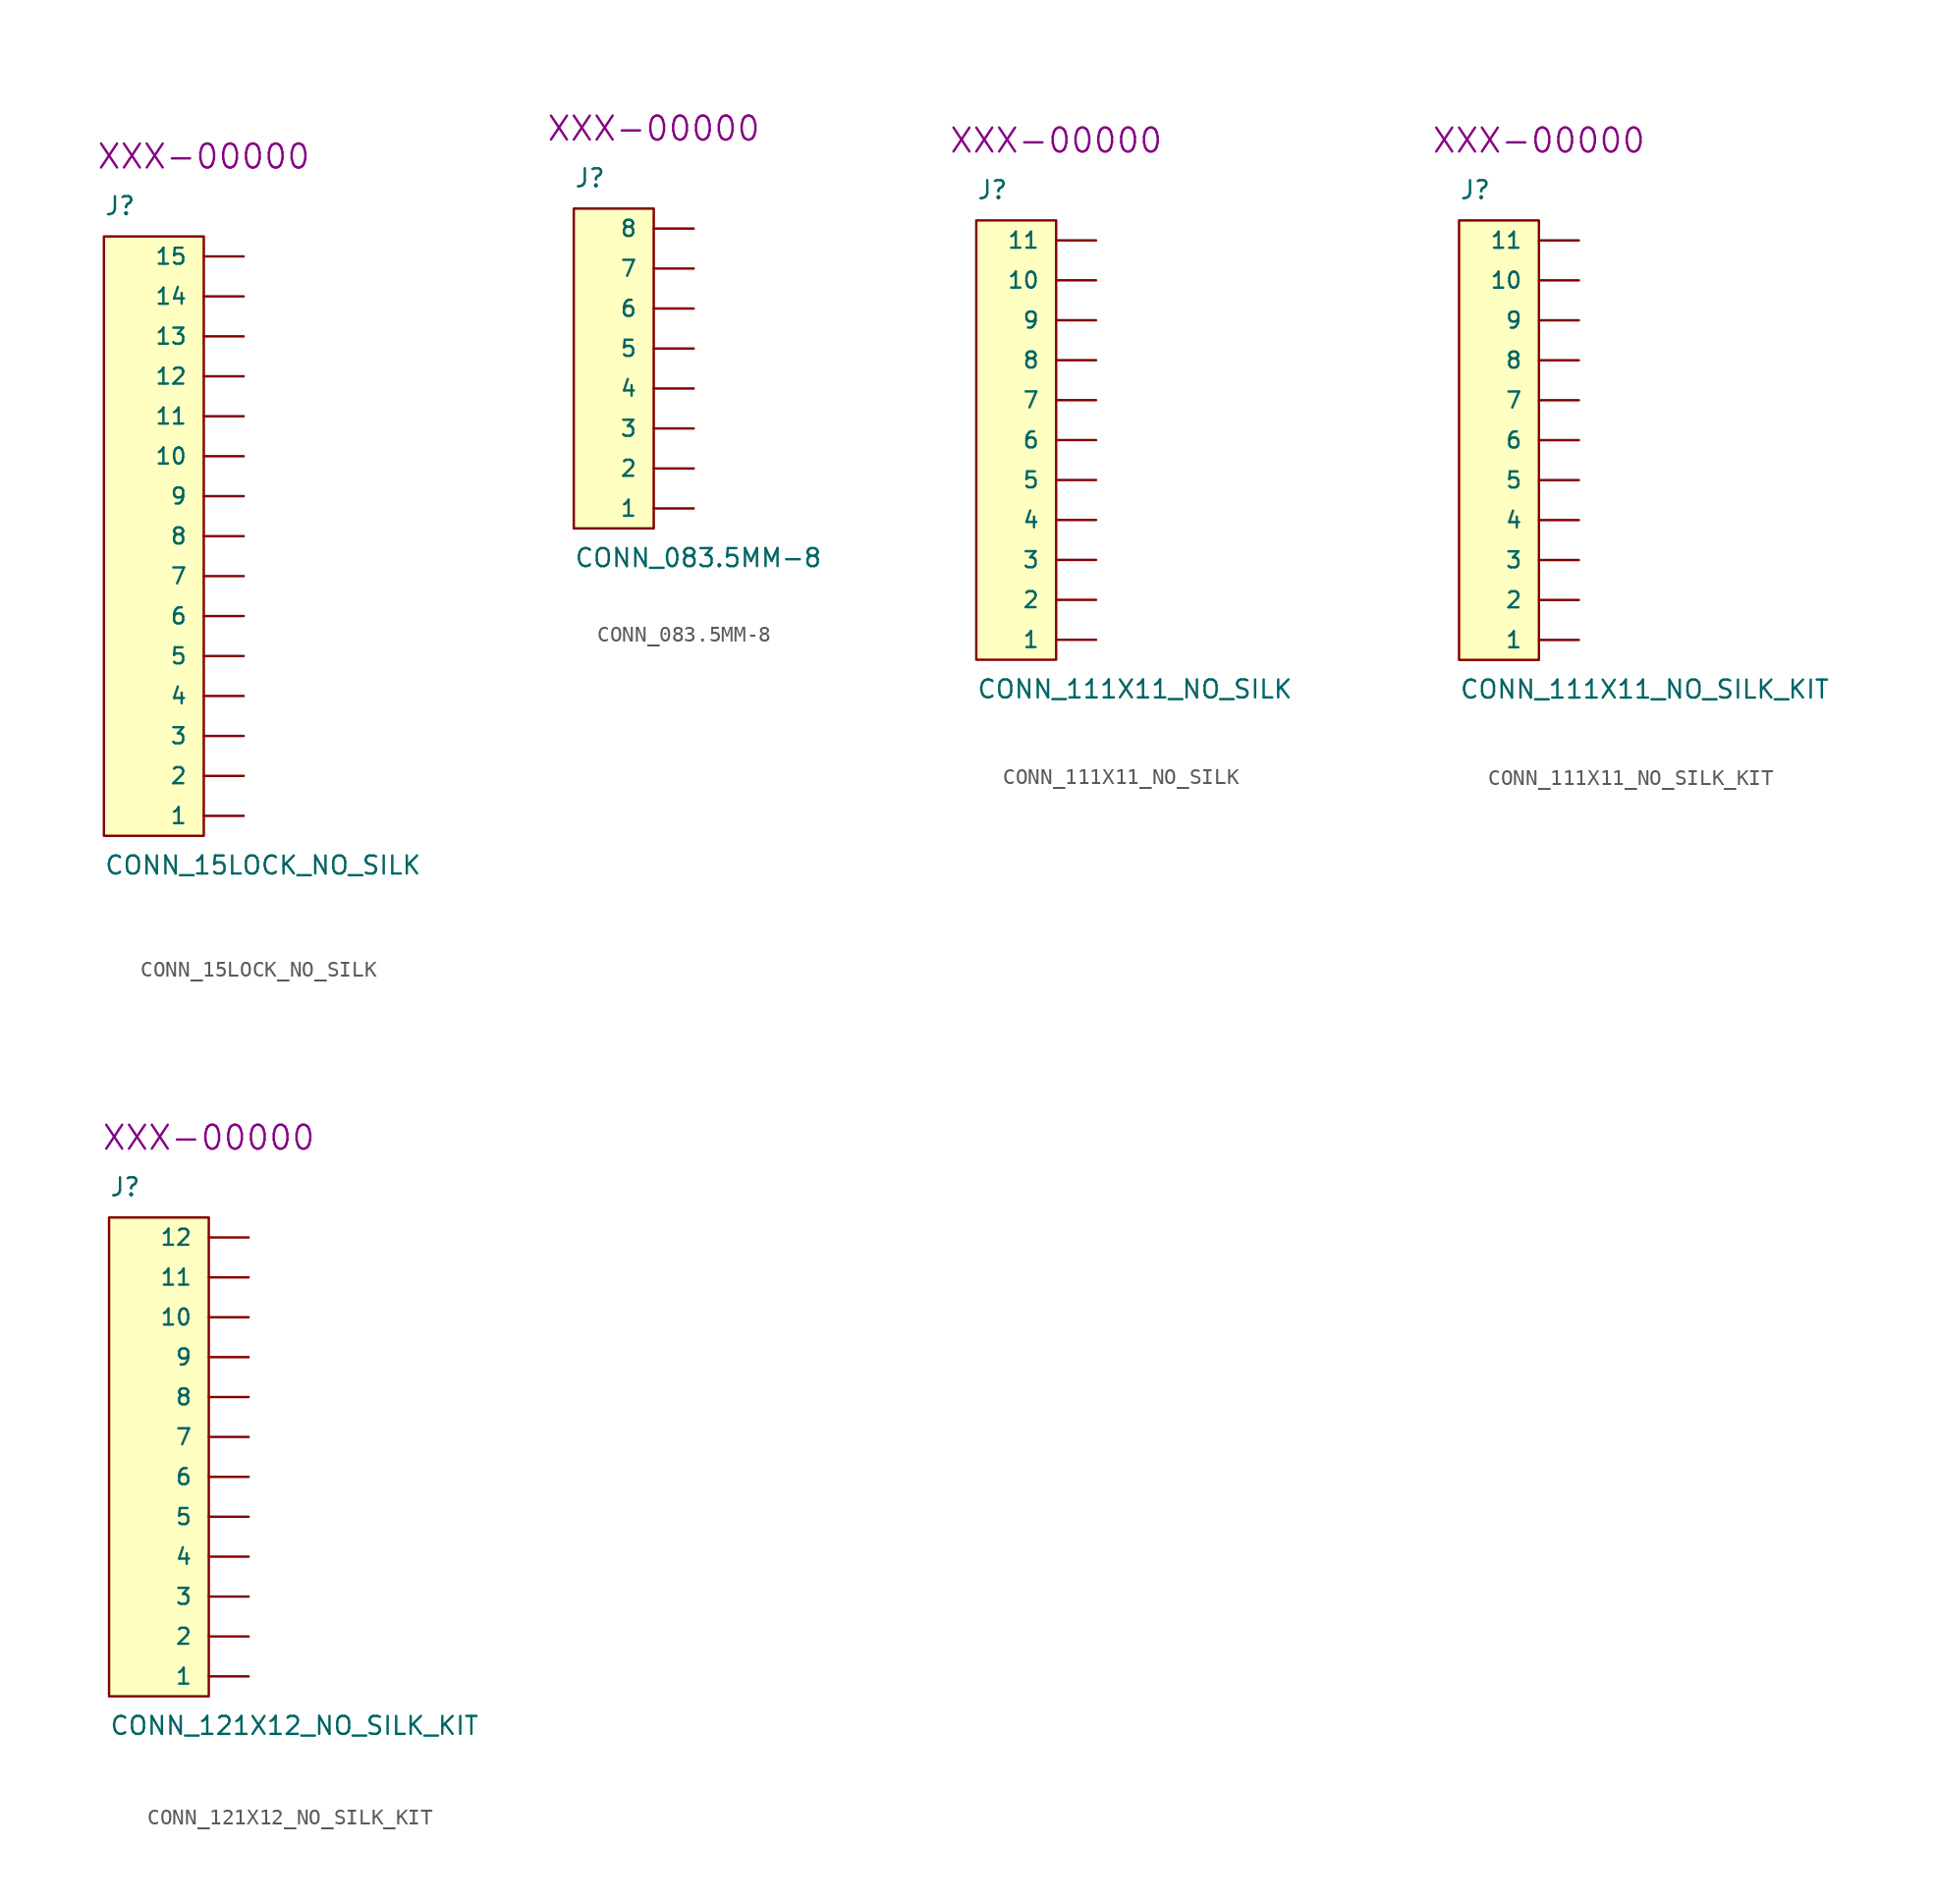
<source format=kicad_sym>
(kicad_symbol_lib
  (version 20220914)
  (generator kicad_symbol_editor)
  (symbol "CONN_15LOCK_NO_SILK"
    (pin_numbers hide)
    (pin_names
      (offset 1.016))
    (property "Reference" "J"
      (at -6.35 38.1 0)
      (effects (font (size 1.143 1.143)) (justify left bottom)))
    (property "Value" "CONN_15LOCK_NO_SILK"
      (at -6.35 -3.81 0)
      (effects (font (size 1.143 1.143)) (justify left bottom)))
    (property "Field4" "XXX-00000"
      (at 0 41.91 0)
      (effects (font (size 1.524 1.524))))
    (property "ki_locked" ""
      (at 0 0 0)
      (effects (font (size 1.27 1.27))))
    (symbol "CONN_15LOCK_NO_SILK_0_1"
      (rectangle (start 0 -1.27) (end -6.35 36.83) (stroke (width 0) (type solid)) (fill (type background))))
    (symbol "CONN_15LOCK_NO_SILK_1_1"
      (pin passive line (at 2.54 0 180) (length 2.54) (name "1" (effects (font (size 1.016 1.016)))) (number "1" (effects (font (size 1.016 1.016)))))
      (pin passive line (at 2.54 22.86 180) (length 2.54) (name "10" (effects (font (size 1.016 1.016)))) (number "10" (effects (font (size 1.016 1.016)))))
      (pin passive line (at 2.54 25.4 180) (length 2.54) (name "11" (effects (font (size 1.016 1.016)))) (number "11" (effects (font (size 1.016 1.016)))))
      (pin passive line (at 2.54 27.94 180) (length 2.54) (name "12" (effects (font (size 1.016 1.016)))) (number "12" (effects (font (size 1.016 1.016)))))
      (pin passive line (at 2.54 30.48 180) (length 2.54) (name "13" (effects (font (size 1.016 1.016)))) (number "13" (effects (font (size 1.016 1.016)))))
      (pin passive line (at 2.54 33.02 180) (length 2.54) (name "14" (effects (font (size 1.016 1.016)))) (number "14" (effects (font (size 1.016 1.016)))))
      (pin passive line (at 2.54 35.56 180) (length 2.54) (name "15" (effects (font (size 1.016 1.016)))) (number "15" (effects (font (size 1.016 1.016)))))
      (pin passive line (at 2.54 2.54 180) (length 2.54) (name "2" (effects (font (size 1.016 1.016)))) (number "2" (effects (font (size 1.016 1.016)))))
      (pin passive line (at 2.54 5.08 180) (length 2.54) (name "3" (effects (font (size 1.016 1.016)))) (number "3" (effects (font (size 1.016 1.016)))))
      (pin passive line (at 2.54 7.62 180) (length 2.54) (name "4" (effects (font (size 1.016 1.016)))) (number "4" (effects (font (size 1.016 1.016)))))
      (pin passive line (at 2.54 10.16 180) (length 2.54) (name "5" (effects (font (size 1.016 1.016)))) (number "5" (effects (font (size 1.016 1.016)))))
      (pin passive line (at 2.54 12.7 180) (length 2.54) (name "6" (effects (font (size 1.016 1.016)))) (number "6" (effects (font (size 1.016 1.016)))))
      (pin passive line (at 2.54 15.24 180) (length 2.54) (name "7" (effects (font (size 1.016 1.016)))) (number "7" (effects (font (size 1.016 1.016)))))
      (pin passive line (at 2.54 17.78 180) (length 2.54) (name "8" (effects (font (size 1.016 1.016)))) (number "8" (effects (font (size 1.016 1.016)))))
      (pin passive line (at 2.54 20.32 180) (length 2.54) (name "9" (effects (font (size 1.016 1.016)))) (number "9" (effects (font (size 1.016 1.016)))))))
  (symbol "CONN_083.5MM-8"
    (pin_numbers hide)
    (pin_names
      (offset 1.016))
    (property "Reference" "J"
      (at -5.08 20.32 0)
      (effects (font (size 1.143 1.143)) (justify left bottom)))
    (property "Value" "CONN_083.5MM-8"
      (at -5.08 -3.81 0)
      (effects (font (size 1.143 1.143)) (justify left bottom)))
    (property "Field4" "XXX-00000"
      (at 0 24.13 0)
      (effects (font (size 1.524 1.524))))
    (property "ki_locked" ""
      (at 0 0 0)
      (effects (font (size 1.27 1.27))))
    (symbol "CONN_083.5MM-8_0_1"
      (rectangle (start 0 -1.27) (end -5.08 19.05) (stroke (width 0) (type solid)) (fill (type background))))
    (symbol "CONN_083.5MM-8_1_1"
      (pin passive line (at 2.54 0 180) (length 2.54) (name "1" (effects (font (size 1.016 1.016)))) (number "1" (effects (font (size 1.016 1.016)))))
      (pin passive line (at 2.54 2.54 180) (length 2.54) (name "2" (effects (font (size 1.016 1.016)))) (number "2" (effects (font (size 1.016 1.016)))))
      (pin passive line (at 2.54 5.08 180) (length 2.54) (name "3" (effects (font (size 1.016 1.016)))) (number "3" (effects (font (size 1.016 1.016)))))
      (pin passive line (at 2.54 7.62 180) (length 2.54) (name "4" (effects (font (size 1.016 1.016)))) (number "4" (effects (font (size 1.016 1.016)))))
      (pin passive line (at 2.54 10.16 180) (length 2.54) (name "5" (effects (font (size 1.016 1.016)))) (number "5" (effects (font (size 1.016 1.016)))))
      (pin passive line (at 2.54 12.7 180) (length 2.54) (name "6" (effects (font (size 1.016 1.016)))) (number "6" (effects (font (size 1.016 1.016)))))
      (pin passive line (at 2.54 15.24 180) (length 2.54) (name "7" (effects (font (size 1.016 1.016)))) (number "7" (effects (font (size 1.016 1.016)))))
      (pin passive line (at 2.54 17.78 180) (length 2.54) (name "8" (effects (font (size 1.016 1.016)))) (number "8" (effects (font (size 1.016 1.016)))))))
  (symbol "CONN_111X11_NO_SILK"
    (pin_numbers hide)
    (pin_names
      (offset 1.016))
    (property "Reference" "J"
      (at -5.08 27.94 0)
      (effects (font (size 1.143 1.143)) (justify left bottom)))
    (property "Value" "CONN_111X11_NO_SILK"
      (at -5.08 -3.81 0)
      (effects (font (size 1.143 1.143)) (justify left bottom)))
    (property "Field4" "XXX-00000"
      (at 0 31.75 0)
      (effects (font (size 1.524 1.524))))
    (property "ki_locked" ""
      (at 0 0 0)
      (effects (font (size 1.27 1.27))))
    (symbol "CONN_111X11_NO_SILK_0_1"
      (rectangle (start 0 -1.27) (end -5.08 26.67) (stroke (width 0) (type solid)) (fill (type background))))
    (symbol "CONN_111X11_NO_SILK_1_1"
      (pin passive line (at 2.54 0 180) (length 2.54) (name "1" (effects (font (size 1.016 1.016)))) (number "1" (effects (font (size 1.016 1.016)))))
      (pin passive line (at 2.54 22.86 180) (length 2.54) (name "10" (effects (font (size 1.016 1.016)))) (number "10" (effects (font (size 1.016 1.016)))))
      (pin passive line (at 2.54 25.4 180) (length 2.54) (name "11" (effects (font (size 1.016 1.016)))) (number "11" (effects (font (size 1.016 1.016)))))
      (pin passive line (at 2.54 2.54 180) (length 2.54) (name "2" (effects (font (size 1.016 1.016)))) (number "2" (effects (font (size 1.016 1.016)))))
      (pin passive line (at 2.54 5.08 180) (length 2.54) (name "3" (effects (font (size 1.016 1.016)))) (number "3" (effects (font (size 1.016 1.016)))))
      (pin passive line (at 2.54 7.62 180) (length 2.54) (name "4" (effects (font (size 1.016 1.016)))) (number "4" (effects (font (size 1.016 1.016)))))
      (pin passive line (at 2.54 10.16 180) (length 2.54) (name "5" (effects (font (size 1.016 1.016)))) (number "5" (effects (font (size 1.016 1.016)))))
      (pin passive line (at 2.54 12.7 180) (length 2.54) (name "6" (effects (font (size 1.016 1.016)))) (number "6" (effects (font (size 1.016 1.016)))))
      (pin passive line (at 2.54 15.24 180) (length 2.54) (name "7" (effects (font (size 1.016 1.016)))) (number "7" (effects (font (size 1.016 1.016)))))
      (pin passive line (at 2.54 17.78 180) (length 2.54) (name "8" (effects (font (size 1.016 1.016)))) (number "8" (effects (font (size 1.016 1.016)))))
      (pin passive line (at 2.54 20.32 180) (length 2.54) (name "9" (effects (font (size 1.016 1.016)))) (number "9" (effects (font (size 1.016 1.016)))))))
  (symbol "CONN_111X11_NO_SILK_KIT"
    (pin_numbers hide)
    (pin_names
      (offset 1.016))
    (property "Reference" "J"
      (at -5.08 27.94 0)
      (effects (font (size 1.143 1.143)) (justify left bottom)))
    (property "Value" "CONN_111X11_NO_SILK_KIT"
      (at -5.08 -3.81 0)
      (effects (font (size 1.143 1.143)) (justify left bottom)))
    (property "Field4" "XXX-00000"
      (at 0 31.75 0)
      (effects (font (size 1.524 1.524))))
    (property "ki_locked" ""
      (at 0 0 0)
      (effects (font (size 1.27 1.27))))
    (symbol "CONN_111X11_NO_SILK_KIT_0_1"
      (rectangle (start 0 -1.27) (end -5.08 26.67) (stroke (width 0) (type solid)) (fill (type background))))
    (symbol "CONN_111X11_NO_SILK_KIT_1_1"
      (pin passive line (at 2.54 0 180) (length 2.54) (name "1" (effects (font (size 1.016 1.016)))) (number "1" (effects (font (size 1.016 1.016)))))
      (pin passive line (at 2.54 22.86 180) (length 2.54) (name "10" (effects (font (size 1.016 1.016)))) (number "10" (effects (font (size 1.016 1.016)))))
      (pin passive line (at 2.54 25.4 180) (length 2.54) (name "11" (effects (font (size 1.016 1.016)))) (number "11" (effects (font (size 1.016 1.016)))))
      (pin passive line (at 2.54 2.54 180) (length 2.54) (name "2" (effects (font (size 1.016 1.016)))) (number "2" (effects (font (size 1.016 1.016)))))
      (pin passive line (at 2.54 5.08 180) (length 2.54) (name "3" (effects (font (size 1.016 1.016)))) (number "3" (effects (font (size 1.016 1.016)))))
      (pin passive line (at 2.54 7.62 180) (length 2.54) (name "4" (effects (font (size 1.016 1.016)))) (number "4" (effects (font (size 1.016 1.016)))))
      (pin passive line (at 2.54 10.16 180) (length 2.54) (name "5" (effects (font (size 1.016 1.016)))) (number "5" (effects (font (size 1.016 1.016)))))
      (pin passive line (at 2.54 12.7 180) (length 2.54) (name "6" (effects (font (size 1.016 1.016)))) (number "6" (effects (font (size 1.016 1.016)))))
      (pin passive line (at 2.54 15.24 180) (length 2.54) (name "7" (effects (font (size 1.016 1.016)))) (number "7" (effects (font (size 1.016 1.016)))))
      (pin passive line (at 2.54 17.78 180) (length 2.54) (name "8" (effects (font (size 1.016 1.016)))) (number "8" (effects (font (size 1.016 1.016)))))
      (pin passive line (at 2.54 20.32 180) (length 2.54) (name "9" (effects (font (size 1.016 1.016)))) (number "9" (effects (font (size 1.016 1.016)))))))
  (symbol "CONN_121X12_NO_SILK_KIT"
    (pin_numbers hide)
    (pin_names
      (offset 1.016))
    (property "Reference" "J"
      (at -6.35 30.48 0)
      (effects (font (size 1.143 1.143)) (justify left bottom)))
    (property "Value" "CONN_121X12_NO_SILK_KIT"
      (at -6.35 -3.81 0)
      (effects (font (size 1.143 1.143)) (justify left bottom)))
    (property "Field4" "XXX-00000"
      (at 0 34.29 0)
      (effects (font (size 1.524 1.524))))
    (property "ki_locked" ""
      (at 0 0 0)
      (effects (font (size 1.27 1.27))))
    (symbol "CONN_121X12_NO_SILK_KIT_0_1"
      (rectangle (start 0 -1.27) (end -6.35 29.21) (stroke (width 0) (type solid)) (fill (type background))))
    (symbol "CONN_121X12_NO_SILK_KIT_1_1"
      (pin passive line (at 2.54 0 180) (length 2.54) (name "1" (effects (font (size 1.016 1.016)))) (number "1" (effects (font (size 1.016 1.016)))))
      (pin passive line (at 2.54 22.86 180) (length 2.54) (name "10" (effects (font (size 1.016 1.016)))) (number "10" (effects (font (size 1.016 1.016)))))
      (pin passive line (at 2.54 25.4 180) (length 2.54) (name "11" (effects (font (size 1.016 1.016)))) (number "11" (effects (font (size 1.016 1.016)))))
      (pin passive line (at 2.54 27.94 180) (length 2.54) (name "12" (effects (font (size 1.016 1.016)))) (number "12" (effects (font (size 1.016 1.016)))))
      (pin passive line (at 2.54 2.54 180) (length 2.54) (name "2" (effects (font (size 1.016 1.016)))) (number "2" (effects (font (size 1.016 1.016)))))
      (pin passive line (at 2.54 5.08 180) (length 2.54) (name "3" (effects (font (size 1.016 1.016)))) (number "3" (effects (font (size 1.016 1.016)))))
      (pin passive line (at 2.54 7.62 180) (length 2.54) (name "4" (effects (font (size 1.016 1.016)))) (number "4" (effects (font (size 1.016 1.016)))))
      (pin passive line (at 2.54 10.16 180) (length 2.54) (name "5" (effects (font (size 1.016 1.016)))) (number "5" (effects (font (size 1.016 1.016)))))
      (pin passive line (at 2.54 12.7 180) (length 2.54) (name "6" (effects (font (size 1.016 1.016)))) (number "6" (effects (font (size 1.016 1.016)))))
      (pin passive line (at 2.54 15.24 180) (length 2.54) (name "7" (effects (font (size 1.016 1.016)))) (number "7" (effects (font (size 1.016 1.016)))))
      (pin passive line (at 2.54 17.78 180) (length 2.54) (name "8" (effects (font (size 1.016 1.016)))) (number "8" (effects (font (size 1.016 1.016)))))
      (pin passive line (at 2.54 20.32 180) (length 2.54) (name "9" (effects (font (size 1.016 1.016)))) (number "9" (effects (font (size 1.016 1.016))))))))
</source>
